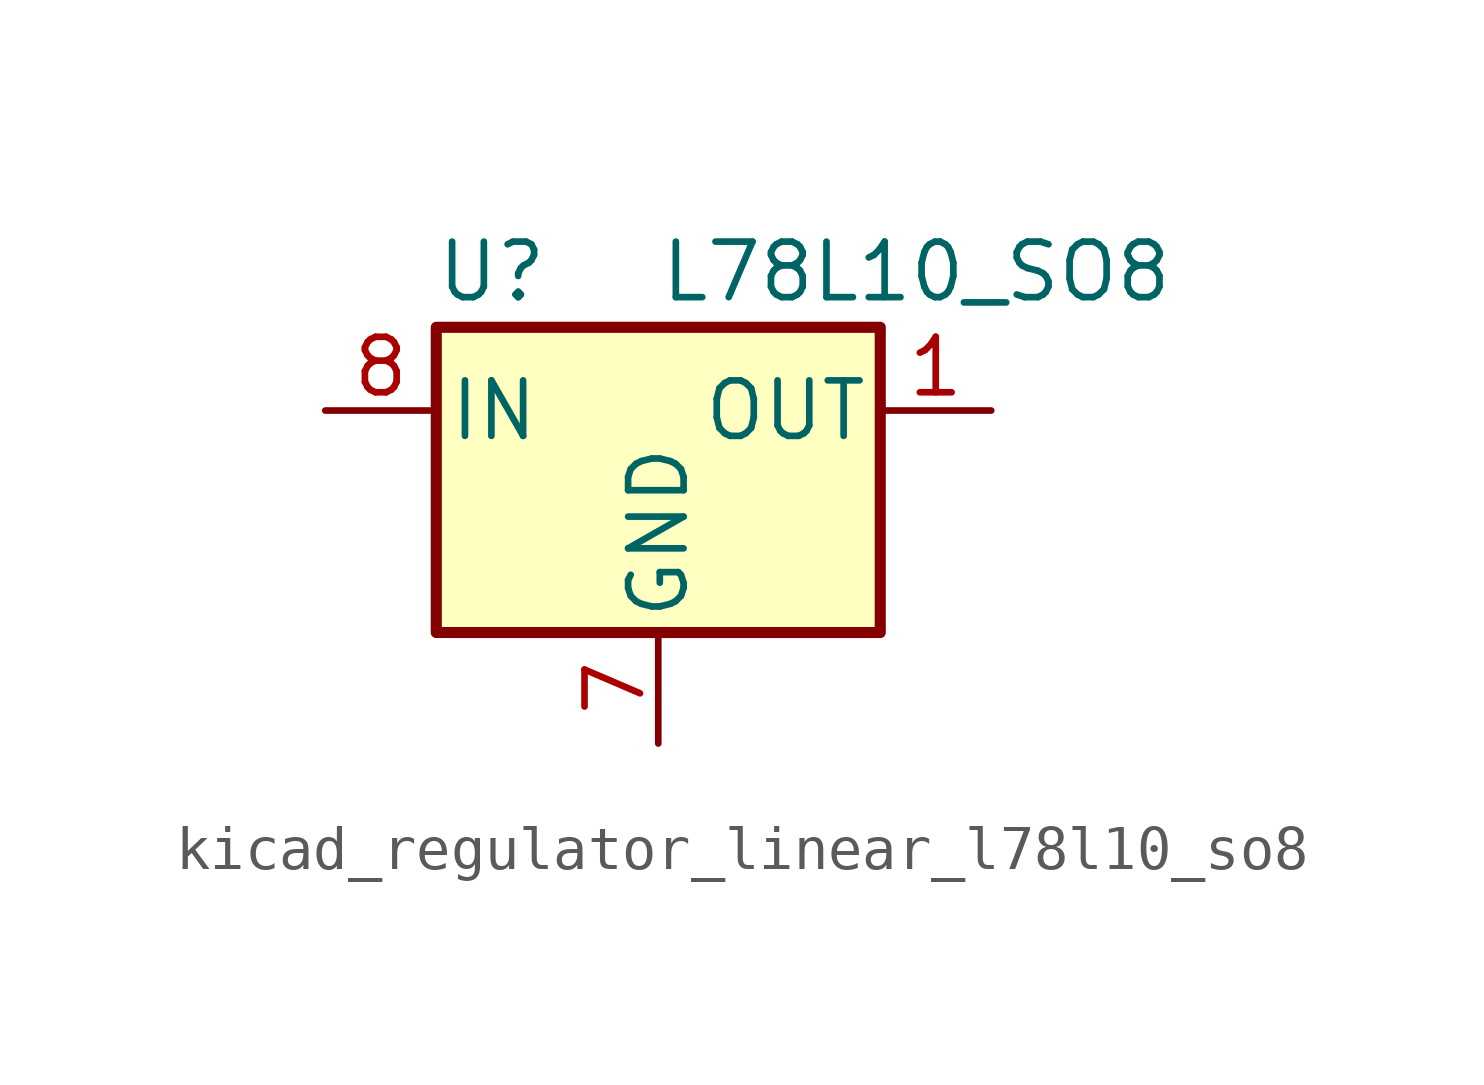
<source format=kicad_sym>
(kicad_symbol_lib
  (version 20220914)
  (generator kicad_symbol_editor)
  (symbol "kicad_regulator_linear_l78l10_so8"
    (pin_names
      (offset 0.254))
    (property "Reference" "U"
      (at -3.81 3.175 0)
      (effects (font (size 1.27 1.27))))
    (property "Value" "L78L10_SO8"
      (at 0 3.175 0)
      (effects (font (size 1.27 1.27)) (justify left)))
    (symbol "kicad_regulator_linear_l78l10_so8_0_1"
      (rectangle (start -5.08 1.905) (end 5.08 -5.08) (stroke (width 0.254) (type default)) (fill (type background))))
    (symbol "kicad_regulator_linear_l78l10_so8_1_1"
      (pin power_out line (at 7.62 0 180) (length 2.54) (name "OUT" (effects (font (size 1.27 1.27)))) (number "1" (effects (font (size 1.27 1.27)))))
      (pin passive line (at 0 -7.62 90) (length 2.54) hide (name "GND" (effects (font (size 1.27 1.27)))) (number "2" (effects (font (size 1.27 1.27)))))
      (pin passive line (at 0 -7.62 90) (length 2.54) hide (name "GND" (effects (font (size 1.27 1.27)))) (number "3" (effects (font (size 1.27 1.27)))))
      (pin no_connect line (at -5.08 -2.54 0) (length 2.54) hide (name "NC" (effects (font (size 1.27 1.27)))) (number "4" (effects (font (size 1.27 1.27)))))
      (pin no_connect line (at 5.08 -2.54 180) (length 2.54) hide (name "NC" (effects (font (size 1.27 1.27)))) (number "5" (effects (font (size 1.27 1.27)))))
      (pin passive line (at 0 -7.62 90) (length 2.54) hide (name "GND" (effects (font (size 1.27 1.27)))) (number "6" (effects (font (size 1.27 1.27)))))
      (pin power_in line (at 0 -7.62 90) (length 2.54) (name "GND" (effects (font (size 1.27 1.27)))) (number "7" (effects (font (size 1.27 1.27)))))
      (pin power_in line (at -7.62 0 0) (length 2.54) (name "IN" (effects (font (size 1.27 1.27)))) (number "8" (effects (font (size 1.27 1.27))))))))
</source>
